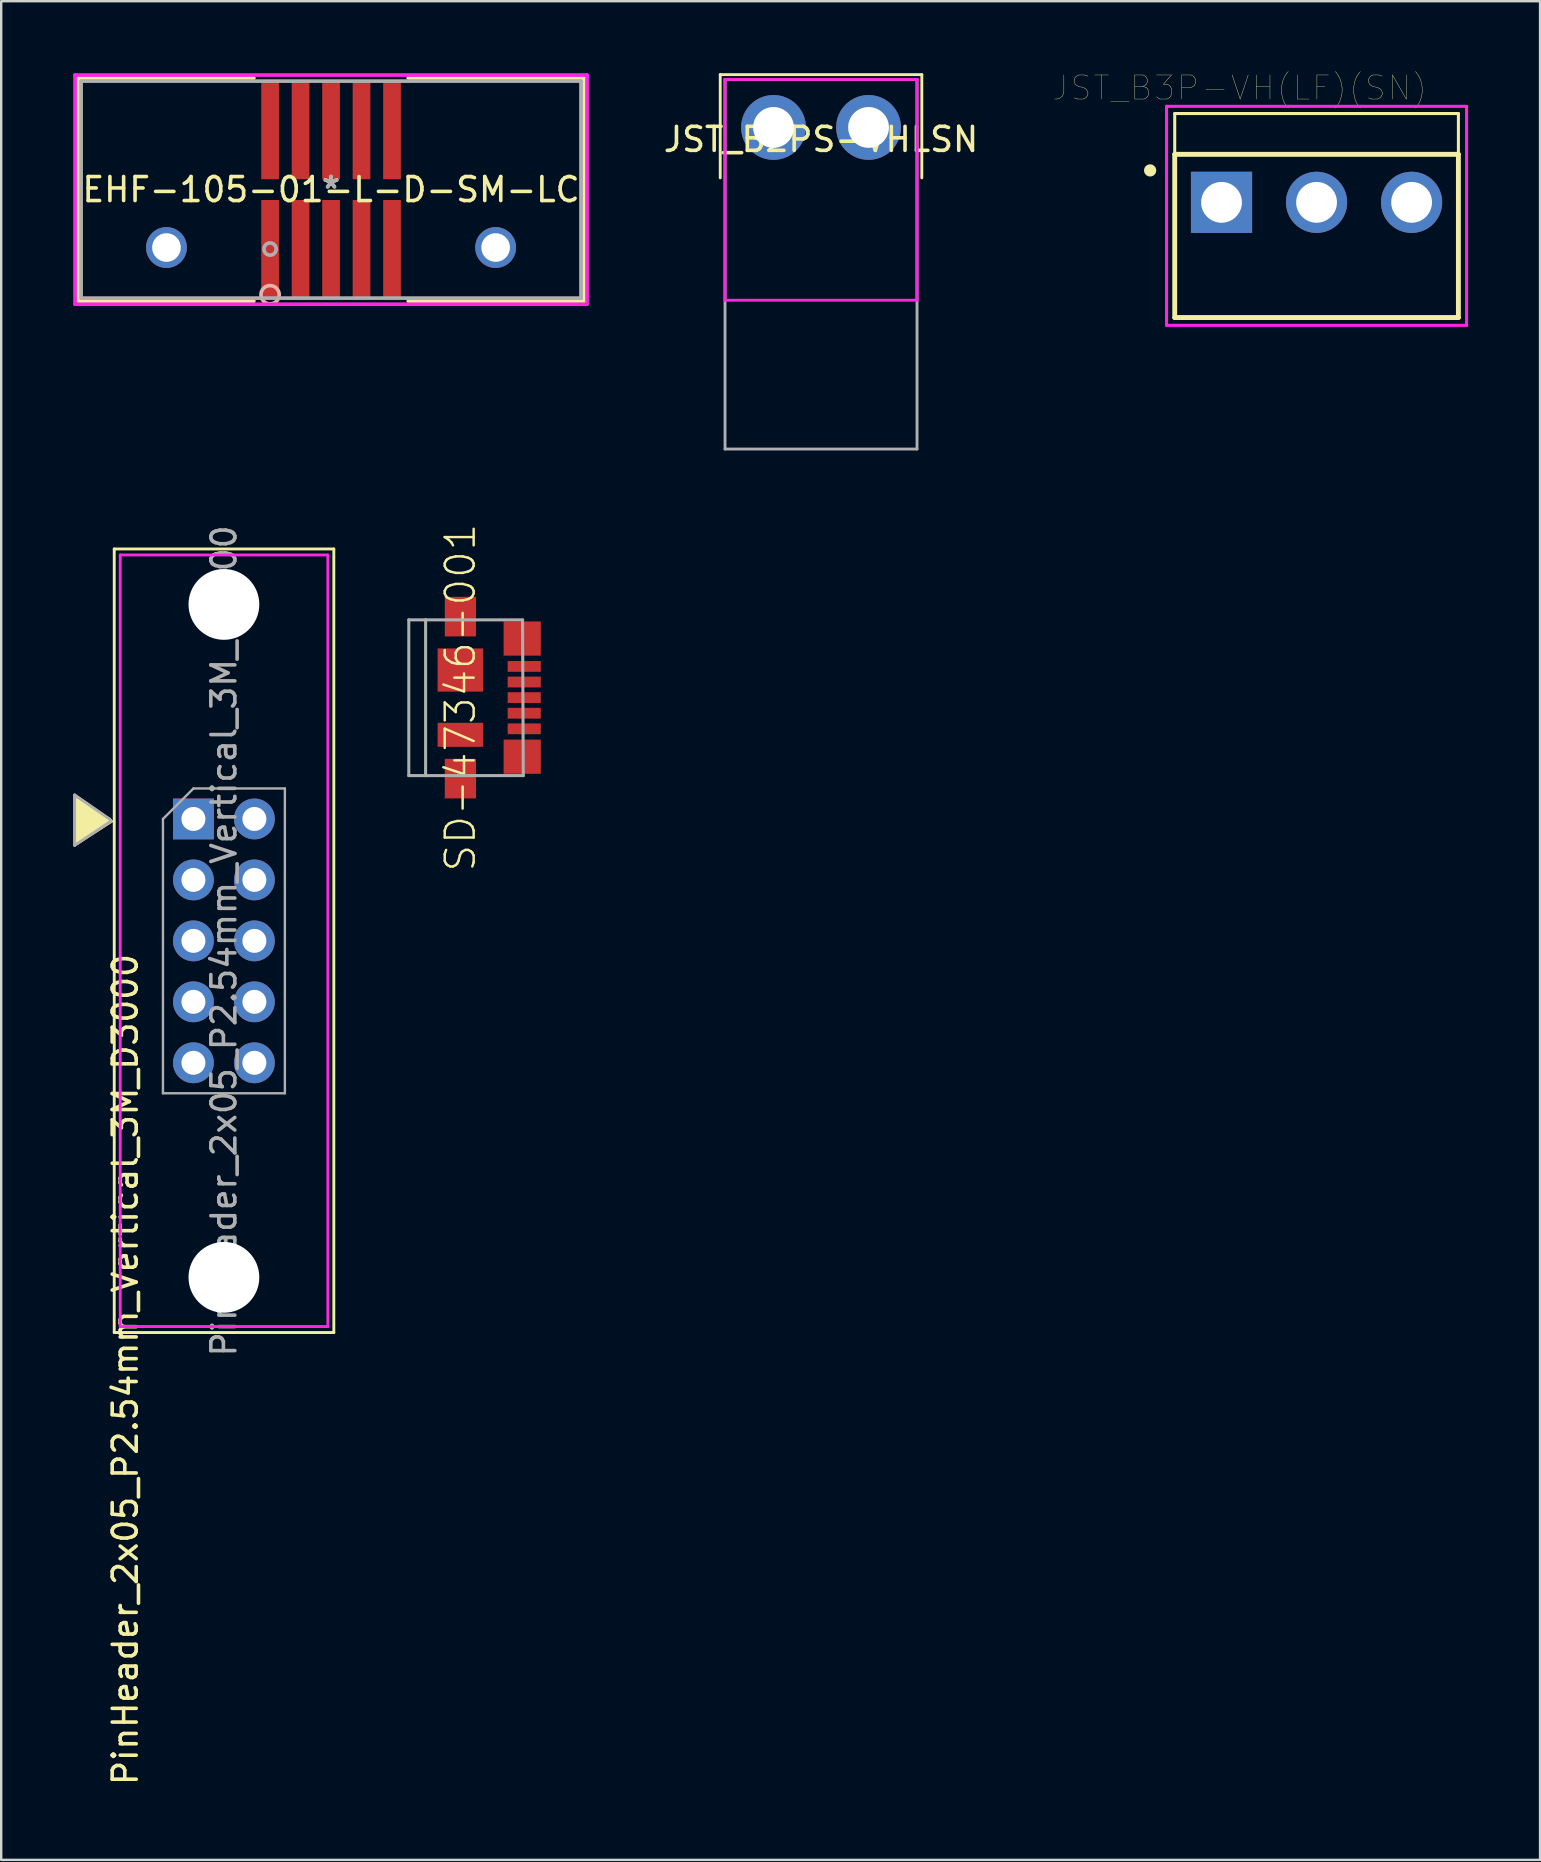
<source format=kicad_pcb>
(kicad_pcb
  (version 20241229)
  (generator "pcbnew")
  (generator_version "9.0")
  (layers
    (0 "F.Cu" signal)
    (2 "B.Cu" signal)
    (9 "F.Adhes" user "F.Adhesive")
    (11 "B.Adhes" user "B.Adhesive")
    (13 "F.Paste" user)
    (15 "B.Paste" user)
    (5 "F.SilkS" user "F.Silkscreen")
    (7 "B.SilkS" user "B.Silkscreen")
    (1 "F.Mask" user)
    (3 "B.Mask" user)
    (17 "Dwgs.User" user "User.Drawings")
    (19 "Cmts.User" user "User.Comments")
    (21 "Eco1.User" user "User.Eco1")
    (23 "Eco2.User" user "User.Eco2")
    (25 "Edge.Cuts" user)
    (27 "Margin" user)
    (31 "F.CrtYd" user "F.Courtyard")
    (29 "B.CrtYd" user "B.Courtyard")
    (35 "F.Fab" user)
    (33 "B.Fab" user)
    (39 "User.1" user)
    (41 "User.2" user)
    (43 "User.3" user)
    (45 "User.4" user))
  (footprint "JST_B3P-VH(LF)(SN)"
    (layer "F.Cu")
    (at 51.809 5.381)
    (property "Reference" "JST_B3P-VH(LF)(SN)" (at -3.206 -4.768 0) (layer "F.SilkS") (effects (font (size 1.002 1.002) (thickness 0.015))))
    (attr through_hole)
    (fp_line (start -5.91 -3.7) (end 5.91 -3.7) (stroke (width 0.127) (type solid)) (layer "F.SilkS"))
    (fp_line (start -5.91 -2) (end -5.91 -3.7) (stroke (width 0.127) (type solid)) (layer "F.SilkS"))
    (fp_line (start -5.91 4.8) (end -5.91 -2) (stroke (width 0.203) (type solid)) (layer "F.SilkS"))
    (fp_line (start 5.91 -2) (end -5.91 -2) (stroke (width 0.203) (type solid)) (layer "F.SilkS"))
    (fp_line (start 5.91 -2) (end 5.91 -3.7) (stroke (width 0.127) (type solid)) (layer "F.SilkS"))
    (fp_line (start 5.91 -2) (end 5.91 4.8) (stroke (width 0.203) (type solid)) (layer "F.SilkS"))
    (fp_line (start 5.91 4.8) (end -5.91 4.8) (stroke (width 0.203) (type solid)) (layer "F.SilkS"))
    (fp_circle (center -6.935 -1.33) (end -6.681 -1.33) (stroke (width 0) (type solid)) (fill yes) (layer "F.SilkS"))
    (fp_line (start -6.25 -4) (end -6.25 5.125) (stroke (width 0.127) (type solid)) (layer "F.CrtYd"))
    (fp_line (start -6.25 -4) (end 6.25 -4) (stroke (width 0.127) (type solid)) (layer "F.CrtYd"))
    (fp_line (start -6.25 5.125) (end 6.25 5.125) (stroke (width 0.127) (type solid)) (layer "F.CrtYd"))
    (fp_line (start 6.25 -4) (end 6.25 5.125) (stroke (width 0.127) (type solid)) (layer "F.CrtYd"))
    (pad "1" thru_hole rect (at -3.96 0) (size 2.55 2.55) (drill 1.7) (layers "*.Cu" "*.Mask"))
    (pad "2" thru_hole circle (at 0 0) (size 2.55 2.55) (drill 1.7) (layers "*.Cu" "*.Mask"))
    (pad "3" thru_hole circle (at 3.96 0) (size 2.55 2.55) (drill 1.7) (layers "*.Cu" "*.Mask")))
  (footprint "EHF-105-01-L-D-SM-LC"
    (layer "F.Cu")
    (at 10.744 4.851)
    (property "Reference" "EHF-105-01-L-D-SM-LC" (at 0 0 0) (layer "F.SilkS") (effects (font (size 1 1) (thickness 0.15))))
    (attr through_hole)
    (fp_line (start -10.541 -4.648) (end -10.541 4.648) (stroke (width 0.152) (type solid)) (layer "F.SilkS"))
    (fp_line (start -10.541 4.648) (end -3.216 4.648) (stroke (width 0.152) (type solid)) (layer "F.SilkS"))
    (fp_line (start -3.216 -4.648) (end -10.541 -4.648) (stroke (width 0.152) (type solid)) (layer "F.SilkS"))
    (fp_line (start 3.216 4.648) (end 10.541 4.648) (stroke (width 0.152) (type solid)) (layer "F.SilkS"))
    (fp_line (start 10.541 -4.648) (end 3.216 -4.648) (stroke (width 0.152) (type solid)) (layer "F.SilkS"))
    (fp_line (start 10.541 4.648) (end 10.541 -4.648) (stroke (width 0.152) (type solid)) (layer "F.SilkS"))
    (fp_circle (center -2.54 4.381) (end -2.159 4.381) (stroke (width 0.152) (type solid)) (fill no) (layer "B.SilkS"))
    (fp_line (start -10.668 -4.775) (end -10.668 4.775) (stroke (width 0.152) (type solid)) (layer "F.CrtYd"))
    (fp_line (start -10.668 4.775) (end 10.668 4.775) (stroke (width 0.152) (type solid)) (layer "F.CrtYd"))
    (fp_line (start 10.668 -4.775) (end -10.668 -4.775) (stroke (width 0.152) (type solid)) (layer "F.CrtYd"))
    (fp_line (start 10.668 4.775) (end 10.668 -4.775) (stroke (width 0.152) (type solid)) (layer "F.CrtYd"))
    (fp_line (start -10.414 -4.521) (end -10.414 4.521) (stroke (width 0.152) (type solid)) (layer "F.Fab"))
    (fp_line (start -10.414 4.521) (end 10.414 4.521) (stroke (width 0.152) (type solid)) (layer "F.Fab"))
    (fp_line (start 10.414 -4.521) (end -10.414 -4.521) (stroke (width 0.152) (type solid)) (layer "F.Fab"))
    (fp_line (start 10.414 4.521) (end 10.414 -4.521) (stroke (width 0.152) (type solid)) (layer "F.Fab"))
    (fp_circle (center -2.54 2.477) (end -2.286 2.477) (stroke (width 0.152) (type solid)) (fill no) (layer "F.Fab"))
    (fp_text user "*" (at 0 0 0) (layer "F.SilkS") (effects (font (size 1 1) (thickness 0.15))))
    (fp_text user "Copyright 2016 Accelerated Designs. All rights reserved." (at 0 0 0) (layer "Cmts.User") (effects (font (size 0.127 0.127) (thickness 0.002))))
    (fp_text user "*" (at 0 0 0) (layer "F.Fab") (effects (font (size 1 1) (thickness 0.15))))
    (pad "1" smd rect (at -2.54 2.477 90) (size 4.089 0.737) (layers "F.Cu" "F.Mask" "F.Paste"))
    (pad "2" smd rect (at -2.54 -2.477 90) (size 4.089 0.737) (layers "F.Cu" "F.Mask" "F.Paste"))
    (pad "3" smd rect (at -1.27 2.477 90) (size 4.089 0.737) (layers "F.Cu" "F.Mask" "F.Paste"))
    (pad "4" smd rect (at -1.27 -2.477 90) (size 4.089 0.737) (layers "F.Cu" "F.Mask" "F.Paste"))
    (pad "5" smd rect (at 0 2.477 90) (size 4.089 0.737) (layers "F.Cu" "F.Mask" "F.Paste"))
    (pad "6" smd rect (at 0 -2.477 90) (size 4.089 0.737) (layers "F.Cu" "F.Mask" "F.Paste"))
    (pad "7" smd rect (at 1.27 2.477 90) (size 4.089 0.737) (layers "F.Cu" "F.Mask" "F.Paste"))
    (pad "8" smd rect (at 1.27 -2.477 90) (size 4.089 0.737) (layers "F.Cu" "F.Mask" "F.Paste"))
    (pad "9" smd rect (at 2.54 2.477 90) (size 4.089 0.737) (layers "F.Cu" "F.Mask" "F.Paste"))
    (pad "10" smd rect (at 2.54 -2.477 90) (size 4.089 0.737) (layers "F.Cu" "F.Mask" "F.Paste"))
    (pad "11" thru_hole circle (at -6.858 2.413) (size 1.702 1.702) (drill 1.194) (layers "*.Cu" "*.Mask"))
    (pad "12" thru_hole circle (at 6.858 2.413) (size 1.702 1.702) (drill 1.194) (layers "*.Cu" "*.Mask")))
  (footprint "PinHeader_2x05_P2.54mm_Vertical_3M_D3000"
    (layer "F.Cu")
    (at 5.01 31.075)
    (property "Reference" "PinHeader_2x05_P2.54mm_Vertical_3M_D3000" (at -2.84 22.94 270) (layer "F.SilkS") (effects (font (size 1 1) (thickness 0.15))))
    (attr through_hole)
    (fp_line (start -3.3 -11.25) (end 5.85 -11.25) (stroke (width 0.12) (type solid)) (layer "F.SilkS"))
    (fp_line (start -3.3 21.4) (end -3.3 -11.25) (stroke (width 0.12) (type solid)) (layer "F.SilkS"))
    (fp_line (start 5.85 -11.25) (end 5.85 21.4) (stroke (width 0.12) (type solid)) (layer "F.SilkS"))
    (fp_line (start 5.85 21.4) (end -3.3 21.4) (stroke (width 0.12) (type solid)) (layer "F.SilkS"))
    (fp_poly (pts (xy -4.95 -1) (xy -3.45 0.05) (xy -3.4 0.1) (xy -4.95 1.1) (xy -4.95 0.25) (xy -4.95 0.15)) (stroke (width 0.1) (type solid)) (fill yes) (layer "F.SilkS"))
    (fp_line (start -3.05 -11) (end 5.6 -11) (stroke (width 0.12) (type solid)) (layer "F.CrtYd"))
    (fp_line (start -3.05 21.15) (end -3.05 -11) (stroke (width 0.12) (type solid)) (layer "F.CrtYd"))
    (fp_line (start 5.6 -11) (end 5.6 21.15) (stroke (width 0.12) (type solid)) (layer "F.CrtYd"))
    (fp_line (start 5.6 21.15) (end -3.05 21.15) (stroke (width 0.12) (type solid)) (layer "F.CrtYd"))
    (fp_line (start -4.95 -1) (end -4.95 1.1) (stroke (width 0.12) (type solid)) (layer "F.Fab"))
    (fp_line (start -4.95 1.1) (end -3.45 0.1) (stroke (width 0.12) (type solid)) (layer "F.Fab"))
    (fp_line (start -3.5 0) (end -4.95 -1) (stroke (width 0.12) (type solid)) (layer "F.Fab"))
    (fp_line (start -3.5 0) (end -3.45 0.05) (stroke (width 0.12) (type solid)) (layer "F.Fab"))
    (fp_line (start -1.27 0) (end 0 -1.27) (stroke (width 0.1) (type solid)) (layer "F.Fab"))
    (fp_line (start -1.27 11.43) (end -1.27 0) (stroke (width 0.1) (type solid)) (layer "F.Fab"))
    (fp_line (start 0 -1.27) (end 3.81 -1.27) (stroke (width 0.1) (type solid)) (layer "F.Fab"))
    (fp_line (start 3.81 -1.27) (end 3.81 11.43) (stroke (width 0.1) (type solid)) (layer "F.Fab"))
    (fp_line (start 3.81 11.43) (end -1.27 11.43) (stroke (width 0.1) (type solid)) (layer "F.Fab"))
    (fp_text user "${REFERENCE}" (at 1.27 5.08 90) (layer "F.Fab") (effects (font (size 1 1) (thickness 0.15))))
    (pad "" np_thru_hole circle (at 1.27 -8.94) (size 2.95 2.95) (drill 2.95) (layers "*.Cu" "*.Mask"))
    (pad "" np_thru_hole circle (at 1.27 19.1) (size 2.95 2.95) (drill 2.95) (layers "*.Cu" "*.Mask"))
    (pad "1" thru_hole rect (at 0 0) (size 1.7 1.7) (drill 1) (layers "*.Cu" "*.Mask"))
    (pad "2" thru_hole oval (at 2.54 0) (size 1.7 1.7) (drill 1) (layers "*.Cu" "*.Mask"))
    (pad "3" thru_hole oval (at 0 2.54) (size 1.7 1.7) (drill 1) (layers "*.Cu" "*.Mask"))
    (pad "4" thru_hole oval (at 2.54 2.54) (size 1.7 1.7) (drill 1) (layers "*.Cu" "*.Mask"))
    (pad "5" thru_hole oval (at 0 5.08) (size 1.7 1.7) (drill 1) (layers "*.Cu" "*.Mask"))
    (pad "6" thru_hole oval (at 2.54 5.08) (size 1.7 1.7) (drill 1) (layers "*.Cu" "*.Mask"))
    (pad "7" thru_hole oval (at 0 7.62) (size 1.7 1.7) (drill 1) (layers "*.Cu" "*.Mask"))
    (pad "8" thru_hole oval (at 2.54 7.62) (size 1.7 1.7) (drill 1) (layers "*.Cu" "*.Mask"))
    (pad "9" thru_hole oval (at 0 10.16) (size 1.7 1.7) (drill 1) (layers "*.Cu" "*.Mask"))
    (pad "10" thru_hole oval (at 2.54 10.16) (size 1.7 1.7) (drill 1) (layers "*.Cu" "*.Mask")))
  (footprint "JST_B2PS-VHLSN"
    (layer "F.Cu")
    (at 31.161 2.26)
    (property "Reference" "JST_B2PS-VHLSN" (at 0 0.5 0) (layer "F.SilkS") (effects (font (size 1 1) (thickness 0.15))))
    (attr through_hole)
    (fp_line (start -4.2 -2.2) (end 4.2 -2.2) (stroke (width 0.12) (type solid)) (layer "F.SilkS"))
    (fp_line (start -4.2 2.1) (end -4.2 -2.2) (stroke (width 0.12) (type solid)) (layer "F.SilkS"))
    (fp_line (start 4.2 -2.2) (end 4.2 2.1) (stroke (width 0.12) (type solid)) (layer "F.SilkS"))
    (fp_line (start -4 -2) (end -4 7.2) (stroke (width 0.12) (type solid)) (layer "F.CrtYd"))
    (fp_line (start -4 7.2) (end 4 7.2) (stroke (width 0.12) (type solid)) (layer "F.CrtYd"))
    (fp_line (start 4 -2) (end -4 -2) (stroke (width 0.12) (type solid)) (layer "F.CrtYd"))
    (fp_line (start 4 7.2) (end 4 -2) (stroke (width 0.12) (type solid)) (layer "F.CrtYd"))
    (fp_line (start -4 -2) (end -4 13.4) (stroke (width 0.12) (type solid)) (layer "F.Fab"))
    (fp_line (start -4 13.4) (end 4 13.4) (stroke (width 0.12) (type solid)) (layer "F.Fab"))
    (fp_line (start 4 -2) (end -4 -2) (stroke (width 0.12) (type solid)) (layer "F.Fab"))
    (fp_line (start 4 13.4) (end 4 -2) (stroke (width 0.12) (type solid)) (layer "F.Fab"))
    (pad "1" thru_hole circle (at -1.98 0) (size 2.7 2.7) (drill 1.7) (layers "*.Cu" "*.Mask"))
    (pad "2" thru_hole circle (at 1.98 0) (size 2.7 2.7) (drill 1.7) (layers "*.Cu" "*.Mask")))
  (footprint "SD-47346-001"
    (layer "F.Cu")
    (at 16.134 26.019)
    (property "Reference" "SD-47346-001" (at 0 0 90) (layer "F.SilkS") (effects (font (size 1.206 1.206) (thickness 0.102))))
    (attr smd)
    (fp_line (start -2.15 -3.24) (end -2.15 3.25) (stroke (width 0.127) (type solid)) (layer "F.Fab"))
    (fp_line (start -2.15 3.25) (end -1.45 3.25) (stroke (width 0.127) (type solid)) (layer "F.Fab"))
    (fp_line (start -1.45 -3.24) (end -2.15 -3.24) (stroke (width 0.127) (type solid)) (layer "F.Fab"))
    (fp_line (start -1.45 -3.24) (end 2.59 -3.24) (stroke (width 0.127) (type solid)) (layer "F.Fab"))
    (fp_line (start -1.45 3.25) (end -1.45 -3.24) (stroke (width 0.127) (type solid)) (layer "F.Fab"))
    (fp_line (start 2.59 -3.24) (end 2.62 3.25) (stroke (width 0.127) (type solid)) (layer "F.Fab"))
    (fp_line (start 2.62 3.25) (end -1.45 3.25) (stroke (width 0.127) (type solid)) (layer "F.Fab"))
    (pad "1" smd rect (at 2.66 -1.3 180) (size 1.38 0.45) (layers "F.Cu" "F.Mask" "F.Paste"))
    (pad "2" smd rect (at 2.66 -0.65 180) (size 1.38 0.45) (layers "F.Cu" "F.Mask" "F.Paste"))
    (pad "3" smd rect (at 2.66 0 180) (size 1.38 0.45) (layers "F.Cu" "F.Mask" "F.Paste"))
    (pad "4" smd rect (at 2.66 0.65 180) (size 1.38 0.45) (layers "F.Cu" "F.Mask" "F.Paste"))
    (pad "5" smd rect (at 2.66 1.3 180) (size 1.38 0.45) (layers "F.Cu" "F.Mask" "F.Paste"))
    (pad "P1" smd rect (at 2.575 2.462 90) (size 1.425 1.55) (layers "F.Cu" "F.Mask" "F.Paste"))
    (pad "P2" smd rect (at 2.575 -2.462 90) (size 1.425 1.55) (layers "F.Cu" "F.Mask" "F.Paste"))
    (pad "P3" smd rect (at 0 -3.375) (size 1.3 1.65) (layers "F.Cu" "F.Mask" "F.Paste"))
    (pad "P4" smd rect (at 0 3.375) (size 1.3 1.65) (layers "F.Cu" "F.Mask" "F.Paste"))
    (pad "P5" smd rect (at 0 -1.15) (size 1.9 1.8) (layers "F.Cu" "F.Mask" "F.Paste"))
    (pad "P6" smd rect (at 0 1.55) (size 1.9 1) (layers "F.Cu" "F.Mask" "F.Paste")))
  (gr_rect
    (start -3 -3)
    (end 61.122 74.449)
    (stroke (width 0.1) (type default))
    (fill no)
    (layer "Edge.Cuts")))
</source>
